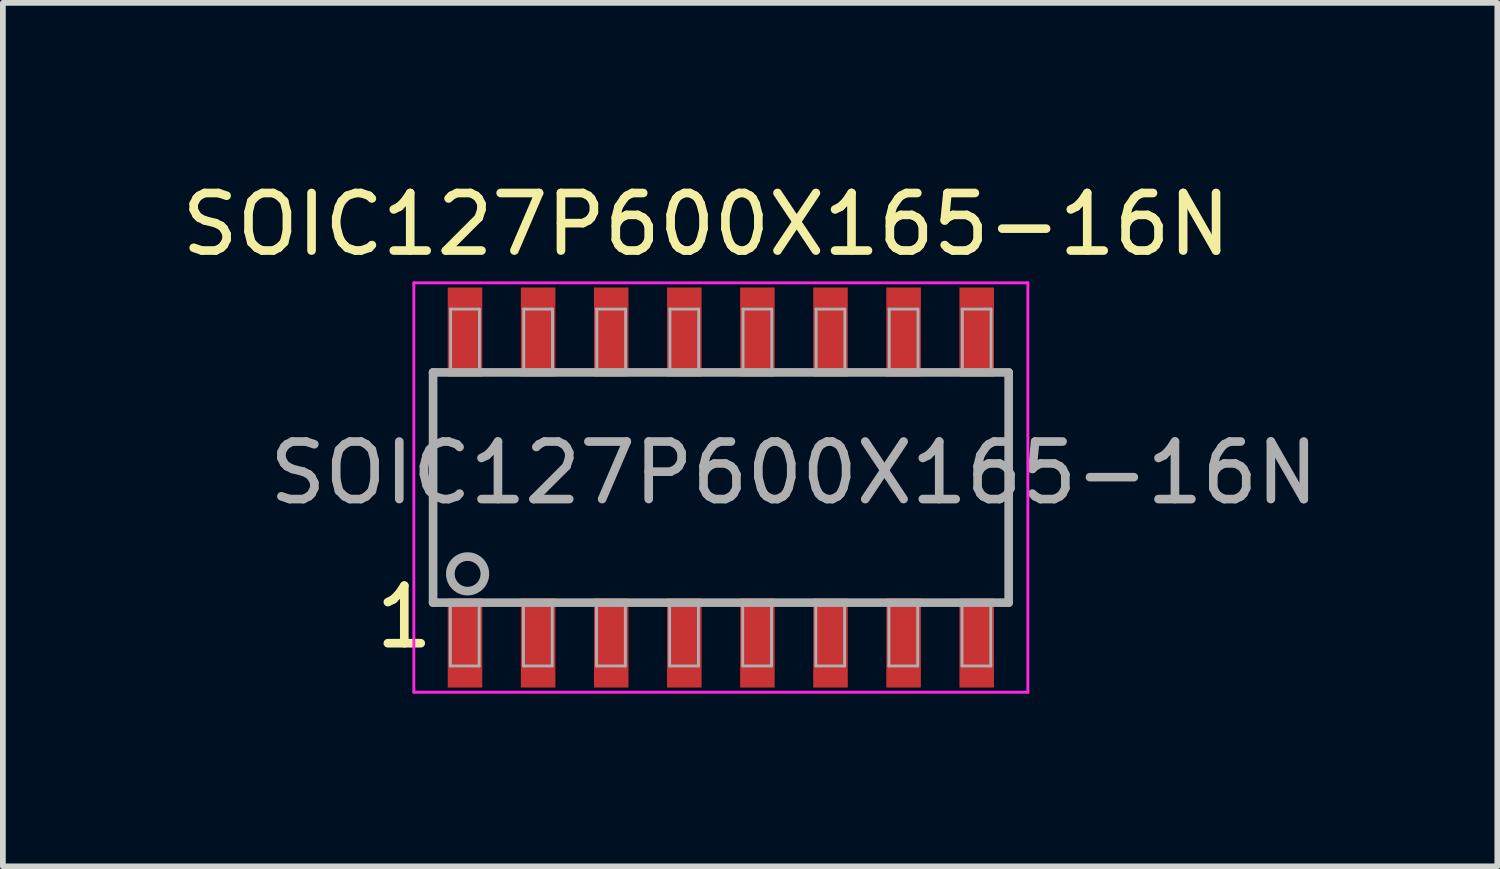
<source format=kicad_pcb>
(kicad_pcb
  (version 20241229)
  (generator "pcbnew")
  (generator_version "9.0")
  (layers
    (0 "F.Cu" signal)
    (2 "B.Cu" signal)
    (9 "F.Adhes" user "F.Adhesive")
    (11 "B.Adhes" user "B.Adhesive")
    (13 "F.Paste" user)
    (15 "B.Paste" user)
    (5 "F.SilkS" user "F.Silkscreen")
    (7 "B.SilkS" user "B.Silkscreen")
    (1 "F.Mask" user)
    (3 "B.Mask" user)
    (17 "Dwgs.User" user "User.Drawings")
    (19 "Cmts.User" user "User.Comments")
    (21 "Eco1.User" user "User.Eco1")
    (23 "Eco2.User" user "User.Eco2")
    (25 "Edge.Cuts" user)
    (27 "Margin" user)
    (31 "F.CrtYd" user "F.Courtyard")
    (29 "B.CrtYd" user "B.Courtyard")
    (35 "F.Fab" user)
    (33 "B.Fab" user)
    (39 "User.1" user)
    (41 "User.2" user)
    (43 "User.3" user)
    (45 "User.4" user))
  (footprint "SOIC127P600X165-16N"
    (layer "F.Cu")
    (at 9.474 5.42)
    (property "Reference" "SOIC127P600X165-16N" (at -0.254 -4.572 0) (layer "F.SilkS") (effects (font (size 1 1) (thickness 0.15))))
    (attr smd)
    (fp_line (start -5.334 -3.556) (end 5.334 -3.556) (stroke (width 0.05) (type solid)) (layer "F.CrtYd"))
    (fp_line (start -5.334 3.556) (end -5.334 -3.556) (stroke (width 0.05) (type solid)) (layer "F.CrtYd"))
    (fp_line (start 5.334 -3.556) (end 5.334 3.556) (stroke (width 0.05) (type solid)) (layer "F.CrtYd"))
    (fp_line (start 5.334 3.556) (end -5.334 3.556) (stroke (width 0.05) (type solid)) (layer "F.CrtYd"))
    (fp_line (start -5 -2) (end 5 -2) (stroke (width 0.15) (type solid)) (layer "F.Fab"))
    (fp_line (start -5 2) (end -5 -2) (stroke (width 0.15) (type solid)) (layer "F.Fab"))
    (fp_line (start -4.7 -3.1) (end -4.2 -3.1) (stroke (width 0.05) (type solid)) (layer "F.Fab"))
    (fp_line (start -4.7 3.1) (end -4.7 2) (stroke (width 0.05) (type solid)) (layer "F.Fab"))
    (fp_line (start -4.7 3.1) (end -4.2 3.1) (stroke (width 0.05) (type solid)) (layer "F.Fab"))
    (fp_line (start -4.695 -2) (end -4.695 -3.1) (stroke (width 0.05) (type solid)) (layer "F.Fab"))
    (fp_line (start -4.2 3.1) (end -4.2 2) (stroke (width 0.05) (type solid)) (layer "F.Fab"))
    (fp_line (start -4.195 -2) (end -4.195 -3.1) (stroke (width 0.05) (type solid)) (layer "F.Fab"))
    (fp_line (start -3.43 -3.1) (end -2.93 -3.1) (stroke (width 0.05) (type solid)) (layer "F.Fab"))
    (fp_line (start -3.43 3.1) (end -3.43 2) (stroke (width 0.05) (type solid)) (layer "F.Fab"))
    (fp_line (start -3.43 3.1) (end -2.93 3.1) (stroke (width 0.05) (type solid)) (layer "F.Fab"))
    (fp_line (start -3.425 -2) (end -3.425 -3.1) (stroke (width 0.05) (type solid)) (layer "F.Fab"))
    (fp_line (start -2.93 3.1) (end -2.93 2) (stroke (width 0.05) (type solid)) (layer "F.Fab"))
    (fp_line (start -2.925 -2) (end -2.925 -3.1) (stroke (width 0.05) (type solid)) (layer "F.Fab"))
    (fp_line (start -2.16 -3.1) (end -1.66 -3.1) (stroke (width 0.05) (type solid)) (layer "F.Fab"))
    (fp_line (start -2.16 3.1) (end -2.16 2) (stroke (width 0.05) (type solid)) (layer "F.Fab"))
    (fp_line (start -2.16 3.1) (end -1.66 3.1) (stroke (width 0.05) (type solid)) (layer "F.Fab"))
    (fp_line (start -2.155 -2) (end -2.155 -3.1) (stroke (width 0.05) (type solid)) (layer "F.Fab"))
    (fp_line (start -1.66 3.1) (end -1.66 2) (stroke (width 0.05) (type solid)) (layer "F.Fab"))
    (fp_line (start -1.655 -2) (end -1.655 -3.1) (stroke (width 0.05) (type solid)) (layer "F.Fab"))
    (fp_line (start -0.89 -3.1) (end -0.39 -3.1) (stroke (width 0.05) (type solid)) (layer "F.Fab"))
    (fp_line (start -0.89 3.1) (end -0.89 2) (stroke (width 0.05) (type solid)) (layer "F.Fab"))
    (fp_line (start -0.89 3.1) (end -0.39 3.1) (stroke (width 0.05) (type solid)) (layer "F.Fab"))
    (fp_line (start -0.885 -2) (end -0.885 -3.1) (stroke (width 0.05) (type solid)) (layer "F.Fab"))
    (fp_line (start -0.39 3.1) (end -0.39 2) (stroke (width 0.05) (type solid)) (layer "F.Fab"))
    (fp_line (start -0.385 -2) (end -0.385 -3.1) (stroke (width 0.05) (type solid)) (layer "F.Fab"))
    (fp_line (start 0.38 -3.1) (end 0.88 -3.1) (stroke (width 0.05) (type solid)) (layer "F.Fab"))
    (fp_line (start 0.38 3.1) (end 0.38 2) (stroke (width 0.05) (type solid)) (layer "F.Fab"))
    (fp_line (start 0.38 3.1) (end 0.88 3.1) (stroke (width 0.05) (type solid)) (layer "F.Fab"))
    (fp_line (start 0.385 -2) (end 0.385 -3.1) (stroke (width 0.05) (type solid)) (layer "F.Fab"))
    (fp_line (start 0.88 3.1) (end 0.88 2) (stroke (width 0.05) (type solid)) (layer "F.Fab"))
    (fp_line (start 0.885 -2) (end 0.885 -3.1) (stroke (width 0.05) (type solid)) (layer "F.Fab"))
    (fp_line (start 1.65 -3.1) (end 2.15 -3.1) (stroke (width 0.05) (type solid)) (layer "F.Fab"))
    (fp_line (start 1.65 3.1) (end 1.65 2) (stroke (width 0.05) (type solid)) (layer "F.Fab"))
    (fp_line (start 1.65 3.1) (end 2.15 3.1) (stroke (width 0.05) (type solid)) (layer "F.Fab"))
    (fp_line (start 1.655 -2) (end 1.655 -3.1) (stroke (width 0.05) (type solid)) (layer "F.Fab"))
    (fp_line (start 2.15 3.1) (end 2.15 2) (stroke (width 0.05) (type solid)) (layer "F.Fab"))
    (fp_line (start 2.155 -2) (end 2.155 -3.1) (stroke (width 0.05) (type solid)) (layer "F.Fab"))
    (fp_line (start 2.92 -3.1) (end 3.42 -3.1) (stroke (width 0.05) (type solid)) (layer "F.Fab"))
    (fp_line (start 2.92 3.1) (end 2.92 2) (stroke (width 0.05) (type solid)) (layer "F.Fab"))
    (fp_line (start 2.92 3.1) (end 3.42 3.1) (stroke (width 0.05) (type solid)) (layer "F.Fab"))
    (fp_line (start 2.925 -2) (end 2.925 -3.1) (stroke (width 0.05) (type solid)) (layer "F.Fab"))
    (fp_line (start 3.42 3.1) (end 3.42 2) (stroke (width 0.05) (type solid)) (layer "F.Fab"))
    (fp_line (start 3.425 -2) (end 3.425 -3.1) (stroke (width 0.05) (type solid)) (layer "F.Fab"))
    (fp_line (start 4.19 -3.1) (end 4.69 -3.1) (stroke (width 0.05) (type solid)) (layer "F.Fab"))
    (fp_line (start 4.19 3.1) (end 4.19 2) (stroke (width 0.05) (type solid)) (layer "F.Fab"))
    (fp_line (start 4.19 3.1) (end 4.69 3.1) (stroke (width 0.05) (type solid)) (layer "F.Fab"))
    (fp_line (start 4.195 -2) (end 4.195 -3.1) (stroke (width 0.05) (type solid)) (layer "F.Fab"))
    (fp_line (start 4.69 3.1) (end 4.69 2) (stroke (width 0.05) (type solid)) (layer "F.Fab"))
    (fp_line (start 4.695 -2) (end 4.695 -3.1) (stroke (width 0.05) (type solid)) (layer "F.Fab"))
    (fp_line (start 5 -2) (end 5 2) (stroke (width 0.15) (type solid)) (layer "F.Fab"))
    (fp_line (start 5 2) (end -5 2) (stroke (width 0.15) (type solid)) (layer "F.Fab"))
    (fp_circle (center -4.4 1.5) (end -4.1 1.5) (stroke (width 0.15) (type solid)) (fill no) (layer "F.Fab"))
    (fp_text user "1" (at -5.5 2.25 0) (layer "F.SilkS") (effects (font (size 1 1) (thickness 0.15))))
    (fp_text user "${REFERENCE}" (at 1.27 -0.254 0) (layer "F.Fab") (effects (font (size 1 1) (thickness 0.15))))
    (pad "1" smd rect (at -4.445 2.7) (size 0.6 1.55) (layers "F.Cu" "F.Mask" "F.Paste"))
    (pad "2" smd rect (at -3.175 2.7) (size 0.6 1.55) (layers "F.Cu" "F.Mask" "F.Paste"))
    (pad "3" smd rect (at -1.905 2.7) (size 0.6 1.55) (layers "F.Cu" "F.Mask" "F.Paste"))
    (pad "4" smd rect (at -0.635 2.7) (size 0.6 1.55) (layers "F.Cu" "F.Mask" "F.Paste"))
    (pad "5" smd rect (at 0.635 2.7) (size 0.6 1.55) (layers "F.Cu" "F.Mask" "F.Paste"))
    (pad "6" smd rect (at 1.905 2.7) (size 0.6 1.55) (layers "F.Cu" "F.Mask" "F.Paste"))
    (pad "7" smd rect (at 3.175 2.7) (size 0.6 1.55) (layers "F.Cu" "F.Mask" "F.Paste"))
    (pad "8" smd rect (at 4.445 2.7) (size 0.6 1.55) (layers "F.Cu" "F.Mask" "F.Paste"))
    (pad "9" smd rect (at 4.445 -2.7) (size 0.6 1.55) (layers "F.Cu" "F.Mask" "F.Paste"))
    (pad "10" smd rect (at 3.175 -2.7) (size 0.6 1.55) (layers "F.Cu" "F.Mask" "F.Paste"))
    (pad "11" smd rect (at 1.905 -2.7) (size 0.6 1.55) (layers "F.Cu" "F.Mask" "F.Paste"))
    (pad "12" smd rect (at 0.635 -2.7) (size 0.6 1.55) (layers "F.Cu" "F.Mask" "F.Paste"))
    (pad "13" smd rect (at -0.635 -2.7) (size 0.6 1.55) (layers "F.Cu" "F.Mask" "F.Paste"))
    (pad "14" smd rect (at -1.905 -2.7) (size 0.6 1.55) (layers "F.Cu" "F.Mask" "F.Paste"))
    (pad "15" smd rect (at -3.175 -2.7) (size 0.6 1.55) (layers "F.Cu" "F.Mask" "F.Paste"))
    (pad "16" smd rect (at -4.445 -2.7) (size 0.6 1.55) (layers "F.Cu" "F.Mask" "F.Paste")))
  (gr_rect
    (start -3 -3)
    (end 22.964 12.001)
    (stroke (width 0.1) (type default))
    (fill no)
    (layer "Edge.Cuts")))
</source>
